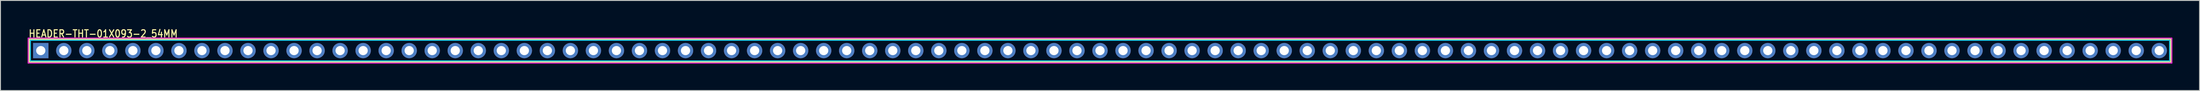
<source format=kicad_pcb>
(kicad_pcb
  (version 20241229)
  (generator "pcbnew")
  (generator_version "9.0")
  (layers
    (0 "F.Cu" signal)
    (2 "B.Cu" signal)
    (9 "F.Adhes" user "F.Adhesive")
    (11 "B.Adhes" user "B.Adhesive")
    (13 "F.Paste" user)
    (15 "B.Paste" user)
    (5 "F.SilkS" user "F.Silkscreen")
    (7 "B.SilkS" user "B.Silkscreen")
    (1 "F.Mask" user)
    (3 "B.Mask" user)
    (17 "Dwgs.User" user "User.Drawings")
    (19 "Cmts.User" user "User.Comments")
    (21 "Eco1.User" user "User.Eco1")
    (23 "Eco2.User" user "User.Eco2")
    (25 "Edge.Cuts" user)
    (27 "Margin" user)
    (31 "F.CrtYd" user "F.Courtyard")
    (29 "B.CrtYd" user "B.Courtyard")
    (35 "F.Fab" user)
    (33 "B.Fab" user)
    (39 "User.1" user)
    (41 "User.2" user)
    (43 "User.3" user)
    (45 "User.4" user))
  (footprint "HEADER-THT-01X093-2_54MM"
    (layer "F.Cu")
    (at 1.447 2.579)
    (property "Reference" "HEADER-THT-01X093-2_54MM" (at -1.4 -1.4 0) (unlocked yes) (layer "F.SilkS") (effects (font (size 0.813 0.695) (thickness 0.122)) (justify left bottom)))
    (fp_line (start -1.27 -1.27) (end -1.27 1.27) (stroke (width 0.127) (type solid)) (layer "F.SilkS"))
    (fp_line (start -1.27 1.27) (end 234.95 1.27) (stroke (width 0.127) (type solid)) (layer "F.SilkS"))
    (fp_line (start 234.95 -1.27) (end -1.27 -1.27) (stroke (width 0.127) (type solid)) (layer "F.SilkS"))
    (fp_line (start 234.95 1.27) (end 234.95 -1.27) (stroke (width 0.127) (type solid)) (layer "F.SilkS"))
    (fp_poly (pts (xy -1.143 -1.143) (xy 234.823 -1.143) (xy 234.823 1.143) (xy -1.143 1.143)) (stroke (width 0.1) (type solid)) (fill no) (layer "B.CrtYd"))
    (fp_poly (pts (xy -1.397 -1.397) (xy 235.077 -1.397) (xy 235.077 1.397) (xy -1.397 1.397)) (stroke (width 0.1) (type solid)) (fill no) (layer "F.CrtYd"))
    (pad "P$1" thru_hole rect (at 0 0) (size 1.693 1.693) (drill 1.016) (layers "*.Cu" "*.Mask"))
    (pad "P$2" thru_hole oval (at 2.54 0) (size 1.693 1.693) (drill 1.016) (layers "*.Cu" "*.Mask"))
    (pad "P$3" thru_hole oval (at 5.08 0) (size 1.693 1.693) (drill 1.016) (layers "*.Cu" "*.Mask"))
    (pad "P$4" thru_hole oval (at 7.62 0) (size 1.693 1.693) (drill 1.016) (layers "*.Cu" "*.Mask"))
    (pad "P$5" thru_hole oval (at 10.16 0) (size 1.693 1.693) (drill 1.016) (layers "*.Cu" "*.Mask"))
    (pad "P$6" thru_hole oval (at 12.7 0) (size 1.693 1.693) (drill 1.016) (layers "*.Cu" "*.Mask"))
    (pad "P$7" thru_hole oval (at 15.24 0) (size 1.693 1.693) (drill 1.016) (layers "*.Cu" "*.Mask"))
    (pad "P$8" thru_hole oval (at 17.78 0) (size 1.693 1.693) (drill 1.016) (layers "*.Cu" "*.Mask"))
    (pad "P$9" thru_hole oval (at 20.32 0) (size 1.693 1.693) (drill 1.016) (layers "*.Cu" "*.Mask"))
    (pad "P$10" thru_hole oval (at 22.86 0) (size 1.693 1.693) (drill 1.016) (layers "*.Cu" "*.Mask"))
    (pad "P$11" thru_hole oval (at 25.4 0) (size 1.693 1.693) (drill 1.016) (layers "*.Cu" "*.Mask"))
    (pad "P$12" thru_hole oval (at 27.94 0) (size 1.693 1.693) (drill 1.016) (layers "*.Cu" "*.Mask"))
    (pad "P$13" thru_hole oval (at 30.48 0) (size 1.693 1.693) (drill 1.016) (layers "*.Cu" "*.Mask"))
    (pad "P$14" thru_hole oval (at 33.02 0) (size 1.693 1.693) (drill 1.016) (layers "*.Cu" "*.Mask"))
    (pad "P$15" thru_hole oval (at 35.56 0) (size 1.693 1.693) (drill 1.016) (layers "*.Cu" "*.Mask"))
    (pad "P$16" thru_hole oval (at 38.1 0) (size 1.693 1.693) (drill 1.016) (layers "*.Cu" "*.Mask"))
    (pad "P$17" thru_hole oval (at 40.64 0) (size 1.693 1.693) (drill 1.016) (layers "*.Cu" "*.Mask"))
    (pad "P$18" thru_hole oval (at 43.18 0) (size 1.693 1.693) (drill 1.016) (layers "*.Cu" "*.Mask"))
    (pad "P$19" thru_hole oval (at 45.72 0) (size 1.693 1.693) (drill 1.016) (layers "*.Cu" "*.Mask"))
    (pad "P$20" thru_hole oval (at 48.26 0) (size 1.693 1.693) (drill 1.016) (layers "*.Cu" "*.Mask"))
    (pad "P$21" thru_hole oval (at 50.8 0) (size 1.693 1.693) (drill 1.016) (layers "*.Cu" "*.Mask"))
    (pad "P$22" thru_hole oval (at 53.34 0) (size 1.693 1.693) (drill 1.016) (layers "*.Cu" "*.Mask"))
    (pad "P$23" thru_hole oval (at 55.88 0) (size 1.693 1.693) (drill 1.016) (layers "*.Cu" "*.Mask"))
    (pad "P$24" thru_hole oval (at 58.42 0) (size 1.693 1.693) (drill 1.016) (layers "*.Cu" "*.Mask"))
    (pad "P$25" thru_hole oval (at 60.96 0) (size 1.693 1.693) (drill 1.016) (layers "*.Cu" "*.Mask"))
    (pad "P$26" thru_hole oval (at 63.5 0) (size 1.693 1.693) (drill 1.016) (layers "*.Cu" "*.Mask"))
    (pad "P$27" thru_hole oval (at 66.04 0) (size 1.693 1.693) (drill 1.016) (layers "*.Cu" "*.Mask"))
    (pad "P$28" thru_hole oval (at 68.58 0) (size 1.693 1.693) (drill 1.016) (layers "*.Cu" "*.Mask"))
    (pad "P$29" thru_hole oval (at 71.12 0) (size 1.693 1.693) (drill 1.016) (layers "*.Cu" "*.Mask"))
    (pad "P$30" thru_hole oval (at 73.66 0) (size 1.693 1.693) (drill 1.016) (layers "*.Cu" "*.Mask"))
    (pad "P$31" thru_hole oval (at 76.2 0) (size 1.693 1.693) (drill 1.016) (layers "*.Cu" "*.Mask"))
    (pad "P$32" thru_hole oval (at 78.74 0) (size 1.693 1.693) (drill 1.016) (layers "*.Cu" "*.Mask"))
    (pad "P$33" thru_hole oval (at 81.28 0) (size 1.693 1.693) (drill 1.016) (layers "*.Cu" "*.Mask"))
    (pad "P$34" thru_hole oval (at 83.82 0) (size 1.693 1.693) (drill 1.016) (layers "*.Cu" "*.Mask"))
    (pad "P$35" thru_hole oval (at 86.36 0) (size 1.693 1.693) (drill 1.016) (layers "*.Cu" "*.Mask"))
    (pad "P$36" thru_hole oval (at 88.9 0) (size 1.693 1.693) (drill 1.016) (layers "*.Cu" "*.Mask"))
    (pad "P$37" thru_hole oval (at 91.44 0) (size 1.693 1.693) (drill 1.016) (layers "*.Cu" "*.Mask"))
    (pad "P$38" thru_hole oval (at 93.98 0) (size 1.693 1.693) (drill 1.016) (layers "*.Cu" "*.Mask"))
    (pad "P$39" thru_hole oval (at 96.52 0) (size 1.693 1.693) (drill 1.016) (layers "*.Cu" "*.Mask"))
    (pad "P$40" thru_hole oval (at 99.06 0) (size 1.693 1.693) (drill 1.016) (layers "*.Cu" "*.Mask"))
    (pad "P$41" thru_hole oval (at 101.6 0) (size 1.693 1.693) (drill 1.016) (layers "*.Cu" "*.Mask"))
    (pad "P$42" thru_hole oval (at 104.14 0) (size 1.693 1.693) (drill 1.016) (layers "*.Cu" "*.Mask"))
    (pad "P$43" thru_hole oval (at 106.68 0) (size 1.693 1.693) (drill 1.016) (layers "*.Cu" "*.Mask"))
    (pad "P$44" thru_hole oval (at 109.22 0) (size 1.693 1.693) (drill 1.016) (layers "*.Cu" "*.Mask"))
    (pad "P$45" thru_hole oval (at 111.76 0) (size 1.693 1.693) (drill 1.016) (layers "*.Cu" "*.Mask"))
    (pad "P$46" thru_hole oval (at 114.3 0) (size 1.693 1.693) (drill 1.016) (layers "*.Cu" "*.Mask"))
    (pad "P$47" thru_hole oval (at 116.84 0) (size 1.693 1.693) (drill 1.016) (layers "*.Cu" "*.Mask"))
    (pad "P$48" thru_hole oval (at 119.38 0) (size 1.693 1.693) (drill 1.016) (layers "*.Cu" "*.Mask"))
    (pad "P$49" thru_hole oval (at 121.92 0) (size 1.693 1.693) (drill 1.016) (layers "*.Cu" "*.Mask"))
    (pad "P$50" thru_hole oval (at 124.46 0) (size 1.693 1.693) (drill 1.016) (layers "*.Cu" "*.Mask"))
    (pad "P$51" thru_hole oval (at 127 0) (size 1.693 1.693) (drill 1.016) (layers "*.Cu" "*.Mask"))
    (pad "P$52" thru_hole oval (at 129.54 0) (size 1.693 1.693) (drill 1.016) (layers "*.Cu" "*.Mask"))
    (pad "P$53" thru_hole oval (at 132.08 0) (size 1.693 1.693) (drill 1.016) (layers "*.Cu" "*.Mask"))
    (pad "P$54" thru_hole oval (at 134.62 0) (size 1.693 1.693) (drill 1.016) (layers "*.Cu" "*.Mask"))
    (pad "P$55" thru_hole oval (at 137.16 0) (size 1.693 1.693) (drill 1.016) (layers "*.Cu" "*.Mask"))
    (pad "P$56" thru_hole oval (at 139.7 0) (size 1.693 1.693) (drill 1.016) (layers "*.Cu" "*.Mask"))
    (pad "P$57" thru_hole oval (at 142.24 0) (size 1.693 1.693) (drill 1.016) (layers "*.Cu" "*.Mask"))
    (pad "P$58" thru_hole oval (at 144.78 0) (size 1.693 1.693) (drill 1.016) (layers "*.Cu" "*.Mask"))
    (pad "P$59" thru_hole oval (at 147.32 0) (size 1.693 1.693) (drill 1.016) (layers "*.Cu" "*.Mask"))
    (pad "P$60" thru_hole oval (at 149.86 0) (size 1.693 1.693) (drill 1.016) (layers "*.Cu" "*.Mask"))
    (pad "P$61" thru_hole oval (at 152.4 0) (size 1.693 1.693) (drill 1.016) (layers "*.Cu" "*.Mask"))
    (pad "P$62" thru_hole oval (at 154.94 0) (size 1.693 1.693) (drill 1.016) (layers "*.Cu" "*.Mask"))
    (pad "P$63" thru_hole oval (at 157.48 0) (size 1.693 1.693) (drill 1.016) (layers "*.Cu" "*.Mask"))
    (pad "P$64" thru_hole oval (at 160.02 0) (size 1.693 1.693) (drill 1.016) (layers "*.Cu" "*.Mask"))
    (pad "P$65" thru_hole oval (at 162.56 0) (size 1.693 1.693) (drill 1.016) (layers "*.Cu" "*.Mask"))
    (pad "P$66" thru_hole oval (at 165.1 0) (size 1.693 1.693) (drill 1.016) (layers "*.Cu" "*.Mask"))
    (pad "P$67" thru_hole oval (at 167.64 0) (size 1.693 1.693) (drill 1.016) (layers "*.Cu" "*.Mask"))
    (pad "P$68" thru_hole oval (at 170.18 0) (size 1.693 1.693) (drill 1.016) (layers "*.Cu" "*.Mask"))
    (pad "P$69" thru_hole oval (at 172.72 0) (size 1.693 1.693) (drill 1.016) (layers "*.Cu" "*.Mask"))
    (pad "P$70" thru_hole oval (at 175.26 0) (size 1.693 1.693) (drill 1.016) (layers "*.Cu" "*.Mask"))
    (pad "P$71" thru_hole oval (at 177.8 0) (size 1.693 1.693) (drill 1.016) (layers "*.Cu" "*.Mask"))
    (pad "P$72" thru_hole oval (at 180.34 0) (size 1.693 1.693) (drill 1.016) (layers "*.Cu" "*.Mask"))
    (pad "P$73" thru_hole oval (at 182.88 0) (size 1.693 1.693) (drill 1.016) (layers "*.Cu" "*.Mask"))
    (pad "P$74" thru_hole oval (at 185.42 0) (size 1.693 1.693) (drill 1.016) (layers "*.Cu" "*.Mask"))
    (pad "P$75" thru_hole oval (at 187.96 0) (size 1.693 1.693) (drill 1.016) (layers "*.Cu" "*.Mask"))
    (pad "P$76" thru_hole oval (at 190.5 0) (size 1.693 1.693) (drill 1.016) (layers "*.Cu" "*.Mask"))
    (pad "P$77" thru_hole oval (at 193.04 0) (size 1.693 1.693) (drill 1.016) (layers "*.Cu" "*.Mask"))
    (pad "P$78" thru_hole oval (at 195.58 0) (size 1.693 1.693) (drill 1.016) (layers "*.Cu" "*.Mask"))
    (pad "P$79" thru_hole oval (at 198.12 0) (size 1.693 1.693) (drill 1.016) (layers "*.Cu" "*.Mask"))
    (pad "P$80" thru_hole oval (at 200.66 0) (size 1.693 1.693) (drill 1.016) (layers "*.Cu" "*.Mask"))
    (pad "P$81" thru_hole oval (at 203.2 0) (size 1.693 1.693) (drill 1.016) (layers "*.Cu" "*.Mask"))
    (pad "P$82" thru_hole oval (at 205.74 0) (size 1.693 1.693) (drill 1.016) (layers "*.Cu" "*.Mask"))
    (pad "P$83" thru_hole oval (at 208.28 0) (size 1.693 1.693) (drill 1.016) (layers "*.Cu" "*.Mask"))
    (pad "P$84" thru_hole oval (at 210.82 0) (size 1.693 1.693) (drill 1.016) (layers "*.Cu" "*.Mask"))
    (pad "P$85" thru_hole oval (at 213.36 0) (size 1.693 1.693) (drill 1.016) (layers "*.Cu" "*.Mask"))
    (pad "P$86" thru_hole oval (at 215.9 0) (size 1.693 1.693) (drill 1.016) (layers "*.Cu" "*.Mask"))
    (pad "P$87" thru_hole oval (at 218.44 0) (size 1.693 1.693) (drill 1.016) (layers "*.Cu" "*.Mask"))
    (pad "P$88" thru_hole oval (at 220.98 0) (size 1.693 1.693) (drill 1.016) (layers "*.Cu" "*.Mask"))
    (pad "P$89" thru_hole oval (at 223.52 0) (size 1.693 1.693) (drill 1.016) (layers "*.Cu" "*.Mask"))
    (pad "P$90" thru_hole oval (at 226.06 0) (size 1.693 1.693) (drill 1.016) (layers "*.Cu" "*.Mask"))
    (pad "P$91" thru_hole oval (at 228.6 0) (size 1.693 1.693) (drill 1.016) (layers "*.Cu" "*.Mask"))
    (pad "P$92" thru_hole oval (at 231.14 0) (size 1.693 1.693) (drill 1.016) (layers "*.Cu" "*.Mask"))
    (pad "P$93" thru_hole oval (at 233.68 0) (size 1.693 1.693) (drill 1.016) (layers "*.Cu" "*.Mask")))
  (gr_rect
    (start -3 -3)
    (end 239.574 7.026)
    (stroke (width 0.1) (type default))
    (fill no)
    (layer "Edge.Cuts")))
</source>
